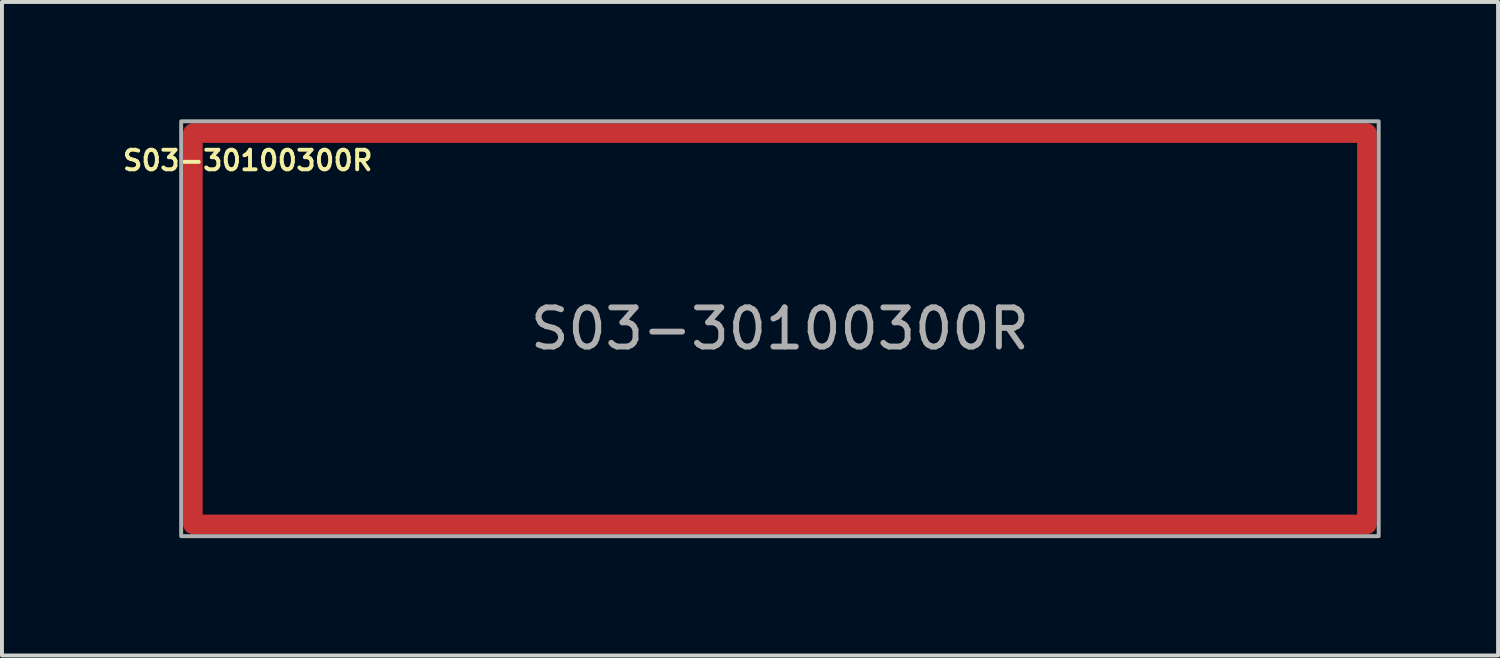
<source format=kicad_pcb>
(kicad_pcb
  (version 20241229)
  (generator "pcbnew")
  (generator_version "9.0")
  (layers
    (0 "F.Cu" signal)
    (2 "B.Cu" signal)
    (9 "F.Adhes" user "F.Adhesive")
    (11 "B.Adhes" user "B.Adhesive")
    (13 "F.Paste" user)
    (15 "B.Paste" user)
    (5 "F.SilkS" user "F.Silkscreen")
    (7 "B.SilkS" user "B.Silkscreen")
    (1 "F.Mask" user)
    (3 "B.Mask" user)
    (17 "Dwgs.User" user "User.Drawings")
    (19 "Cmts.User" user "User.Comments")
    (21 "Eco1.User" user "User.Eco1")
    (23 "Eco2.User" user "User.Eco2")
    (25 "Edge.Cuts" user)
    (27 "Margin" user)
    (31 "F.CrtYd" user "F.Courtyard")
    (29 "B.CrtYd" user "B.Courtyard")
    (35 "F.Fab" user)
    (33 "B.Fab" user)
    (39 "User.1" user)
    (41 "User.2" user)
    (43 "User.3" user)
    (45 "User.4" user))
  (footprint "S03-30100300R"
    (layer "F.Cu")
    (at 16.879 5.35)
    (property "Reference" "S03-30100300R" (at -13.6 -4.3 0) (unlocked yes) (layer "F.SilkS") (effects (font (size 0.5 0.5) (thickness 0.1))))
    (attr smd)
    (fp_rect (start -15.3 -5.3) (end 15.3 5.3) (stroke (width 0.1) (type solid)) (fill no) (layer "F.Fab"))
    (fp_text user "${REFERENCE}" (at 0 0 0) (unlocked yes) (layer "F.Fab") (effects (font (size 1 1) (thickness 0.15))))
    (pad "1" smd custom (at 0 5) (size 0.5 0.5) (layers "F.Cu" "F.Mask") (options (anchor rect)) (primitives (gr_line (start -15 -10) (end 15 -10) (width 0.5)) (gr_line (start -15 -10) (end -15 0) (width 0.5)) (gr_line (start -15 0) (end 15 0) (width 0.5)) (gr_line (start 15 0) (end 15 -10) (width 0.5)))))
  (gr_rect
    (start -3 -3)
    (end 35.229 13.7)
    (stroke (width 0.1) (type default))
    (fill no)
    (layer "Edge.Cuts")))
</source>
